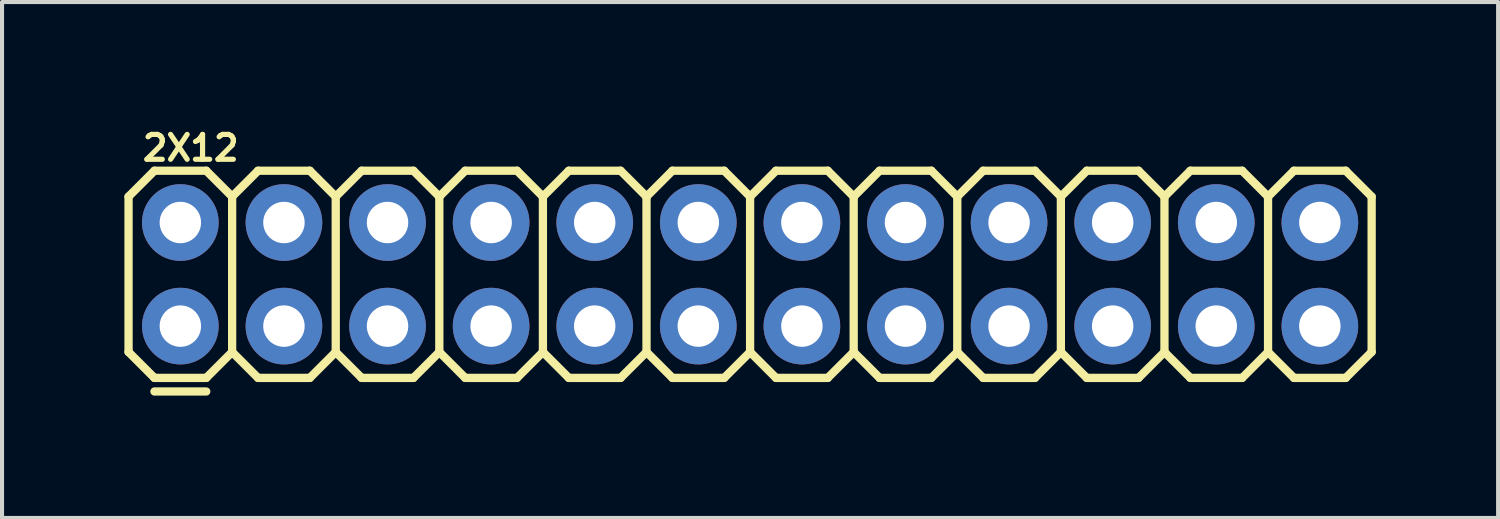
<source format=kicad_pcb>
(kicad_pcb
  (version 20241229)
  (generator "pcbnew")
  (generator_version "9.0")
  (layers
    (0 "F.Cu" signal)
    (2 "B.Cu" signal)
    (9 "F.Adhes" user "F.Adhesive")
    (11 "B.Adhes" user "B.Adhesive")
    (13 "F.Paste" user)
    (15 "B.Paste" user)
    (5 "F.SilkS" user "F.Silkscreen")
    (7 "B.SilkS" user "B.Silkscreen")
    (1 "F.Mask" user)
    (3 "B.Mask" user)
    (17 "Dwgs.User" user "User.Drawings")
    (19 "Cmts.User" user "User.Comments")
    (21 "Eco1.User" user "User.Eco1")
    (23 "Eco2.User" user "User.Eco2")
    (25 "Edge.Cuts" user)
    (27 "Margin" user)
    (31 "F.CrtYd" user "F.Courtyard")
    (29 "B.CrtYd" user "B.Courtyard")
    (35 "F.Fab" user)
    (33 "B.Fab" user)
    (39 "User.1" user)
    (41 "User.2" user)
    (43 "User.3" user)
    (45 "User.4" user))
  (footprint "2X12"
    (layer "F.Cu")
    (at 1.372 4.946)
    (property "Reference" "2X12" (at 0.254 -4.366 0) (layer "F.SilkS") (effects (font (size 0.61 0.61) (thickness 0.127))))
    (attr exclude_from_pos_files exclude_from_bom)
    (fp_line (start -1.27 -3.175) (end -0.635 -3.81) (stroke (width 0.203) (type solid)) (layer "F.SilkS"))
    (fp_line (start -1.27 0.635) (end -1.27 -3.175) (stroke (width 0.203) (type solid)) (layer "F.SilkS"))
    (fp_line (start -1.27 0.635) (end -0.635 1.27) (stroke (width 0.203) (type solid)) (layer "F.SilkS"))
    (fp_line (start -0.635 -3.81) (end 0.635 -3.81) (stroke (width 0.203) (type solid)) (layer "F.SilkS"))
    (fp_line (start -0.635 1.27) (end 0.635 1.27) (stroke (width 0.203) (type solid)) (layer "F.SilkS"))
    (fp_line (start 0.635 -3.81) (end 1.27 -3.175) (stroke (width 0.203) (type solid)) (layer "F.SilkS"))
    (fp_line (start 0.635 1.27) (end 1.27 0.635) (stroke (width 0.203) (type solid)) (layer "F.SilkS"))
    (fp_line (start 0.635 1.603) (end -0.635 1.603) (stroke (width 0.203) (type solid)) (layer "F.SilkS"))
    (fp_line (start 1.27 -3.175) (end 1.27 0.635) (stroke (width 0.203) (type solid)) (layer "F.SilkS"))
    (fp_line (start 1.27 -3.175) (end 1.905 -3.81) (stroke (width 0.203) (type solid)) (layer "F.SilkS"))
    (fp_line (start 1.27 0.635) (end 1.905 1.27) (stroke (width 0.203) (type solid)) (layer "F.SilkS"))
    (fp_line (start 1.905 -3.81) (end 3.175 -3.81) (stroke (width 0.203) (type solid)) (layer "F.SilkS"))
    (fp_line (start 1.905 1.27) (end 3.175 1.27) (stroke (width 0.203) (type solid)) (layer "F.SilkS"))
    (fp_line (start 3.175 -3.81) (end 3.81 -3.175) (stroke (width 0.203) (type solid)) (layer "F.SilkS"))
    (fp_line (start 3.175 1.27) (end 3.81 0.635) (stroke (width 0.203) (type solid)) (layer "F.SilkS"))
    (fp_line (start 3.81 -3.175) (end 3.81 0.635) (stroke (width 0.203) (type solid)) (layer "F.SilkS"))
    (fp_line (start 3.81 -3.175) (end 4.445 -3.81) (stroke (width 0.203) (type solid)) (layer "F.SilkS"))
    (fp_line (start 3.81 0.635) (end 4.445 1.27) (stroke (width 0.203) (type solid)) (layer "F.SilkS"))
    (fp_line (start 4.445 -3.81) (end 5.715 -3.81) (stroke (width 0.203) (type solid)) (layer "F.SilkS"))
    (fp_line (start 4.445 1.27) (end 5.715 1.27) (stroke (width 0.203) (type solid)) (layer "F.SilkS"))
    (fp_line (start 5.715 -3.81) (end 6.35 -3.175) (stroke (width 0.203) (type solid)) (layer "F.SilkS"))
    (fp_line (start 5.715 1.27) (end 6.35 0.635) (stroke (width 0.203) (type solid)) (layer "F.SilkS"))
    (fp_line (start 6.35 -3.175) (end 6.985 -3.81) (stroke (width 0.203) (type solid)) (layer "F.SilkS"))
    (fp_line (start 6.35 0.635) (end 6.35 -3.175) (stroke (width 0.203) (type solid)) (layer "F.SilkS"))
    (fp_line (start 6.35 0.635) (end 6.985 1.27) (stroke (width 0.203) (type solid)) (layer "F.SilkS"))
    (fp_line (start 6.985 -3.81) (end 8.255 -3.81) (stroke (width 0.203) (type solid)) (layer "F.SilkS"))
    (fp_line (start 6.985 1.27) (end 8.255 1.27) (stroke (width 0.203) (type solid)) (layer "F.SilkS"))
    (fp_line (start 8.255 -3.81) (end 8.89 -3.175) (stroke (width 0.203) (type solid)) (layer "F.SilkS"))
    (fp_line (start 8.255 1.27) (end 8.89 0.635) (stroke (width 0.203) (type solid)) (layer "F.SilkS"))
    (fp_line (start 8.89 -3.175) (end 8.89 0.635) (stroke (width 0.203) (type solid)) (layer "F.SilkS"))
    (fp_line (start 8.89 -3.175) (end 9.525 -3.81) (stroke (width 0.203) (type solid)) (layer "F.SilkS"))
    (fp_line (start 8.89 0.635) (end 9.525 1.27) (stroke (width 0.203) (type solid)) (layer "F.SilkS"))
    (fp_line (start 9.525 -3.81) (end 10.795 -3.81) (stroke (width 0.203) (type solid)) (layer "F.SilkS"))
    (fp_line (start 9.525 1.27) (end 10.795 1.27) (stroke (width 0.203) (type solid)) (layer "F.SilkS"))
    (fp_line (start 10.795 -3.81) (end 11.43 -3.175) (stroke (width 0.203) (type solid)) (layer "F.SilkS"))
    (fp_line (start 10.795 1.27) (end 11.43 0.635) (stroke (width 0.203) (type solid)) (layer "F.SilkS"))
    (fp_line (start 11.43 -3.175) (end 11.43 0.635) (stroke (width 0.203) (type solid)) (layer "F.SilkS"))
    (fp_line (start 11.43 -3.175) (end 12.065 -3.81) (stroke (width 0.203) (type solid)) (layer "F.SilkS"))
    (fp_line (start 11.43 0.635) (end 12.065 1.27) (stroke (width 0.203) (type solid)) (layer "F.SilkS"))
    (fp_line (start 12.065 -3.81) (end 13.335 -3.81) (stroke (width 0.203) (type solid)) (layer "F.SilkS"))
    (fp_line (start 12.065 1.27) (end 13.335 1.27) (stroke (width 0.203) (type solid)) (layer "F.SilkS"))
    (fp_line (start 13.335 -3.81) (end 13.97 -3.175) (stroke (width 0.203) (type solid)) (layer "F.SilkS"))
    (fp_line (start 13.335 1.27) (end 13.97 0.635) (stroke (width 0.203) (type solid)) (layer "F.SilkS"))
    (fp_line (start 13.97 -3.175) (end 14.605 -3.81) (stroke (width 0.203) (type solid)) (layer "F.SilkS"))
    (fp_line (start 13.97 0.635) (end 13.97 -3.175) (stroke (width 0.203) (type solid)) (layer "F.SilkS"))
    (fp_line (start 13.97 0.635) (end 14.605 1.27) (stroke (width 0.203) (type solid)) (layer "F.SilkS"))
    (fp_line (start 14.605 -3.81) (end 15.875 -3.81) (stroke (width 0.203) (type solid)) (layer "F.SilkS"))
    (fp_line (start 14.605 1.27) (end 15.875 1.27) (stroke (width 0.203) (type solid)) (layer "F.SilkS"))
    (fp_line (start 15.875 -3.81) (end 16.51 -3.175) (stroke (width 0.203) (type solid)) (layer "F.SilkS"))
    (fp_line (start 15.875 1.27) (end 16.51 0.635) (stroke (width 0.203) (type solid)) (layer "F.SilkS"))
    (fp_line (start 16.51 -3.175) (end 16.51 0.635) (stroke (width 0.203) (type solid)) (layer "F.SilkS"))
    (fp_line (start 16.51 -3.175) (end 17.145 -3.81) (stroke (width 0.203) (type solid)) (layer "F.SilkS"))
    (fp_line (start 16.51 0.635) (end 17.145 1.27) (stroke (width 0.203) (type solid)) (layer "F.SilkS"))
    (fp_line (start 17.145 -3.81) (end 18.415 -3.81) (stroke (width 0.203) (type solid)) (layer "F.SilkS"))
    (fp_line (start 17.145 1.27) (end 18.415 1.27) (stroke (width 0.203) (type solid)) (layer "F.SilkS"))
    (fp_line (start 18.415 -3.81) (end 19.05 -3.175) (stroke (width 0.203) (type solid)) (layer "F.SilkS"))
    (fp_line (start 18.415 1.27) (end 19.05 0.635) (stroke (width 0.203) (type solid)) (layer "F.SilkS"))
    (fp_line (start 19.05 -3.175) (end 19.05 0.635) (stroke (width 0.203) (type solid)) (layer "F.SilkS"))
    (fp_line (start 19.05 -3.175) (end 19.685 -3.81) (stroke (width 0.203) (type solid)) (layer "F.SilkS"))
    (fp_line (start 19.05 0.635) (end 19.685 1.27) (stroke (width 0.203) (type solid)) (layer "F.SilkS"))
    (fp_line (start 19.685 -3.81) (end 20.955 -3.81) (stroke (width 0.203) (type solid)) (layer "F.SilkS"))
    (fp_line (start 19.685 1.27) (end 20.955 1.27) (stroke (width 0.203) (type solid)) (layer "F.SilkS"))
    (fp_line (start 20.955 -3.81) (end 21.59 -3.175) (stroke (width 0.203) (type solid)) (layer "F.SilkS"))
    (fp_line (start 20.955 1.27) (end 21.59 0.635) (stroke (width 0.203) (type solid)) (layer "F.SilkS"))
    (fp_line (start 21.59 -3.175) (end 22.225 -3.81) (stroke (width 0.203) (type solid)) (layer "F.SilkS"))
    (fp_line (start 21.59 0.635) (end 21.59 -3.175) (stroke (width 0.203) (type solid)) (layer "F.SilkS"))
    (fp_line (start 21.59 0.635) (end 22.225 1.27) (stroke (width 0.203) (type solid)) (layer "F.SilkS"))
    (fp_line (start 22.225 -3.81) (end 23.495 -3.81) (stroke (width 0.203) (type solid)) (layer "F.SilkS"))
    (fp_line (start 22.225 1.27) (end 23.495 1.27) (stroke (width 0.203) (type solid)) (layer "F.SilkS"))
    (fp_line (start 23.495 -3.81) (end 24.13 -3.175) (stroke (width 0.203) (type solid)) (layer "F.SilkS"))
    (fp_line (start 23.495 1.27) (end 24.13 0.635) (stroke (width 0.203) (type solid)) (layer "F.SilkS"))
    (fp_line (start 24.13 -3.175) (end 24.13 0.635) (stroke (width 0.203) (type solid)) (layer "F.SilkS"))
    (fp_line (start 24.13 -3.175) (end 24.765 -3.81) (stroke (width 0.203) (type solid)) (layer "F.SilkS"))
    (fp_line (start 24.13 0.635) (end 24.765 1.27) (stroke (width 0.203) (type solid)) (layer "F.SilkS"))
    (fp_line (start 24.765 -3.81) (end 26.035 -3.81) (stroke (width 0.203) (type solid)) (layer "F.SilkS"))
    (fp_line (start 24.765 1.27) (end 26.035 1.27) (stroke (width 0.203) (type solid)) (layer "F.SilkS"))
    (fp_line (start 26.035 -3.81) (end 26.67 -3.175) (stroke (width 0.203) (type solid)) (layer "F.SilkS"))
    (fp_line (start 26.035 1.27) (end 26.67 0.635) (stroke (width 0.203) (type solid)) (layer "F.SilkS"))
    (fp_line (start 26.67 -3.175) (end 26.67 0.635) (stroke (width 0.203) (type solid)) (layer "F.SilkS"))
    (fp_line (start 26.67 -3.175) (end 27.305 -3.81) (stroke (width 0.203) (type solid)) (layer "F.SilkS"))
    (fp_line (start 26.67 0.635) (end 27.305 1.27) (stroke (width 0.203) (type solid)) (layer "F.SilkS"))
    (fp_line (start 27.305 -3.81) (end 28.575 -3.81) (stroke (width 0.203) (type solid)) (layer "F.SilkS"))
    (fp_line (start 27.305 1.27) (end 28.575 1.27) (stroke (width 0.203) (type solid)) (layer "F.SilkS"))
    (fp_line (start 28.575 -3.81) (end 29.21 -3.175) (stroke (width 0.203) (type solid)) (layer "F.SilkS"))
    (fp_line (start 28.575 1.27) (end 29.21 0.635) (stroke (width 0.203) (type solid)) (layer "F.SilkS"))
    (fp_line (start 29.21 -3.175) (end 29.21 0.635) (stroke (width 0.203) (type solid)) (layer "F.SilkS"))
    (fp_line (start -0.254 -2.794) (end 0.254 -2.794) (stroke (width 0.066) (type solid)) (layer "Dwgs.User"))
    (fp_line (start -0.254 -2.286) (end -0.254 -2.794) (stroke (width 0.066) (type solid)) (layer "Dwgs.User"))
    (fp_line (start -0.254 -2.286) (end 0.254 -2.286) (stroke (width 0.066) (type solid)) (layer "Dwgs.User"))
    (fp_line (start -0.254 -0.254) (end 0.254 -0.254) (stroke (width 0.066) (type solid)) (layer "Dwgs.User"))
    (fp_line (start -0.254 0.254) (end -0.254 -0.254) (stroke (width 0.066) (type solid)) (layer "Dwgs.User"))
    (fp_line (start -0.254 0.254) (end 0.254 0.254) (stroke (width 0.066) (type solid)) (layer "Dwgs.User"))
    (fp_line (start 0.254 -2.286) (end 0.254 -2.794) (stroke (width 0.066) (type solid)) (layer "Dwgs.User"))
    (fp_line (start 0.254 0.254) (end 0.254 -0.254) (stroke (width 0.066) (type solid)) (layer "Dwgs.User"))
    (fp_line (start 2.286 -2.794) (end 2.794 -2.794) (stroke (width 0.066) (type solid)) (layer "Dwgs.User"))
    (fp_line (start 2.286 -2.286) (end 2.286 -2.794) (stroke (width 0.066) (type solid)) (layer "Dwgs.User"))
    (fp_line (start 2.286 -2.286) (end 2.794 -2.286) (stroke (width 0.066) (type solid)) (layer "Dwgs.User"))
    (fp_line (start 2.286 -0.254) (end 2.794 -0.254) (stroke (width 0.066) (type solid)) (layer "Dwgs.User"))
    (fp_line (start 2.286 0.254) (end 2.286 -0.254) (stroke (width 0.066) (type solid)) (layer "Dwgs.User"))
    (fp_line (start 2.286 0.254) (end 2.794 0.254) (stroke (width 0.066) (type solid)) (layer "Dwgs.User"))
    (fp_line (start 2.794 -2.286) (end 2.794 -2.794) (stroke (width 0.066) (type solid)) (layer "Dwgs.User"))
    (fp_line (start 2.794 0.254) (end 2.794 -0.254) (stroke (width 0.066) (type solid)) (layer "Dwgs.User"))
    (fp_line (start 4.826 -2.794) (end 5.334 -2.794) (stroke (width 0.066) (type solid)) (layer "Dwgs.User"))
    (fp_line (start 4.826 -2.286) (end 4.826 -2.794) (stroke (width 0.066) (type solid)) (layer "Dwgs.User"))
    (fp_line (start 4.826 -2.286) (end 5.334 -2.286) (stroke (width 0.066) (type solid)) (layer "Dwgs.User"))
    (fp_line (start 4.826 -0.254) (end 5.334 -0.254) (stroke (width 0.066) (type solid)) (layer "Dwgs.User"))
    (fp_line (start 4.826 0.254) (end 4.826 -0.254) (stroke (width 0.066) (type solid)) (layer "Dwgs.User"))
    (fp_line (start 4.826 0.254) (end 5.334 0.254) (stroke (width 0.066) (type solid)) (layer "Dwgs.User"))
    (fp_line (start 5.334 -2.286) (end 5.334 -2.794) (stroke (width 0.066) (type solid)) (layer "Dwgs.User"))
    (fp_line (start 5.334 0.254) (end 5.334 -0.254) (stroke (width 0.066) (type solid)) (layer "Dwgs.User"))
    (fp_line (start 7.366 -2.794) (end 7.874 -2.794) (stroke (width 0.066) (type solid)) (layer "Dwgs.User"))
    (fp_line (start 7.366 -2.286) (end 7.366 -2.794) (stroke (width 0.066) (type solid)) (layer "Dwgs.User"))
    (fp_line (start 7.366 -2.286) (end 7.874 -2.286) (stroke (width 0.066) (type solid)) (layer "Dwgs.User"))
    (fp_line (start 7.366 -0.254) (end 7.874 -0.254) (stroke (width 0.066) (type solid)) (layer "Dwgs.User"))
    (fp_line (start 7.366 0.254) (end 7.366 -0.254) (stroke (width 0.066) (type solid)) (layer "Dwgs.User"))
    (fp_line (start 7.366 0.254) (end 7.874 0.254) (stroke (width 0.066) (type solid)) (layer "Dwgs.User"))
    (fp_line (start 7.874 -2.286) (end 7.874 -2.794) (stroke (width 0.066) (type solid)) (layer "Dwgs.User"))
    (fp_line (start 7.874 0.254) (end 7.874 -0.254) (stroke (width 0.066) (type solid)) (layer "Dwgs.User"))
    (fp_line (start 9.906 -2.794) (end 10.414 -2.794) (stroke (width 0.066) (type solid)) (layer "Dwgs.User"))
    (fp_line (start 9.906 -2.286) (end 9.906 -2.794) (stroke (width 0.066) (type solid)) (layer "Dwgs.User"))
    (fp_line (start 9.906 -2.286) (end 10.414 -2.286) (stroke (width 0.066) (type solid)) (layer "Dwgs.User"))
    (fp_line (start 9.906 -0.254) (end 10.414 -0.254) (stroke (width 0.066) (type solid)) (layer "Dwgs.User"))
    (fp_line (start 9.906 0.254) (end 9.906 -0.254) (stroke (width 0.066) (type solid)) (layer "Dwgs.User"))
    (fp_line (start 9.906 0.254) (end 10.414 0.254) (stroke (width 0.066) (type solid)) (layer "Dwgs.User"))
    (fp_line (start 10.414 -2.286) (end 10.414 -2.794) (stroke (width 0.066) (type solid)) (layer "Dwgs.User"))
    (fp_line (start 10.414 0.254) (end 10.414 -0.254) (stroke (width 0.066) (type solid)) (layer "Dwgs.User"))
    (fp_line (start 12.446 -2.794) (end 12.954 -2.794) (stroke (width 0.066) (type solid)) (layer "Dwgs.User"))
    (fp_line (start 12.446 -2.286) (end 12.446 -2.794) (stroke (width 0.066) (type solid)) (layer "Dwgs.User"))
    (fp_line (start 12.446 -2.286) (end 12.954 -2.286) (stroke (width 0.066) (type solid)) (layer "Dwgs.User"))
    (fp_line (start 12.446 -0.254) (end 12.954 -0.254) (stroke (width 0.066) (type solid)) (layer "Dwgs.User"))
    (fp_line (start 12.446 0.254) (end 12.446 -0.254) (stroke (width 0.066) (type solid)) (layer "Dwgs.User"))
    (fp_line (start 12.446 0.254) (end 12.954 0.254) (stroke (width 0.066) (type solid)) (layer "Dwgs.User"))
    (fp_line (start 12.954 -2.286) (end 12.954 -2.794) (stroke (width 0.066) (type solid)) (layer "Dwgs.User"))
    (fp_line (start 12.954 0.254) (end 12.954 -0.254) (stroke (width 0.066) (type solid)) (layer "Dwgs.User"))
    (fp_line (start 14.986 -2.794) (end 15.494 -2.794) (stroke (width 0.066) (type solid)) (layer "Dwgs.User"))
    (fp_line (start 14.986 -2.286) (end 14.986 -2.794) (stroke (width 0.066) (type solid)) (layer "Dwgs.User"))
    (fp_line (start 14.986 -2.286) (end 15.494 -2.286) (stroke (width 0.066) (type solid)) (layer "Dwgs.User"))
    (fp_line (start 14.986 -0.254) (end 15.494 -0.254) (stroke (width 0.066) (type solid)) (layer "Dwgs.User"))
    (fp_line (start 14.986 0.254) (end 14.986 -0.254) (stroke (width 0.066) (type solid)) (layer "Dwgs.User"))
    (fp_line (start 14.986 0.254) (end 15.494 0.254) (stroke (width 0.066) (type solid)) (layer "Dwgs.User"))
    (fp_line (start 15.494 -2.286) (end 15.494 -2.794) (stroke (width 0.066) (type solid)) (layer "Dwgs.User"))
    (fp_line (start 15.494 0.254) (end 15.494 -0.254) (stroke (width 0.066) (type solid)) (layer "Dwgs.User"))
    (fp_line (start 17.523 -2.794) (end 18.034 -2.794) (stroke (width 0.066) (type solid)) (layer "Dwgs.User"))
    (fp_line (start 17.523 -2.286) (end 17.523 -2.794) (stroke (width 0.066) (type solid)) (layer "Dwgs.User"))
    (fp_line (start 17.523 -2.286) (end 18.034 -2.286) (stroke (width 0.066) (type solid)) (layer "Dwgs.User"))
    (fp_line (start 17.523 -0.254) (end 18.034 -0.254) (stroke (width 0.066) (type solid)) (layer "Dwgs.User"))
    (fp_line (start 17.523 0.254) (end 17.523 -0.254) (stroke (width 0.066) (type solid)) (layer "Dwgs.User"))
    (fp_line (start 17.523 0.254) (end 18.034 0.254) (stroke (width 0.066) (type solid)) (layer "Dwgs.User"))
    (fp_line (start 18.034 -2.286) (end 18.034 -2.794) (stroke (width 0.066) (type solid)) (layer "Dwgs.User"))
    (fp_line (start 18.034 0.254) (end 18.034 -0.254) (stroke (width 0.066) (type solid)) (layer "Dwgs.User"))
    (fp_line (start 20.066 -2.794) (end 20.574 -2.794) (stroke (width 0.066) (type solid)) (layer "Dwgs.User"))
    (fp_line (start 20.066 -2.286) (end 20.066 -2.794) (stroke (width 0.066) (type solid)) (layer "Dwgs.User"))
    (fp_line (start 20.066 -2.286) (end 20.574 -2.286) (stroke (width 0.066) (type solid)) (layer "Dwgs.User"))
    (fp_line (start 20.066 -0.254) (end 20.574 -0.254) (stroke (width 0.066) (type solid)) (layer "Dwgs.User"))
    (fp_line (start 20.066 0.254) (end 20.066 -0.254) (stroke (width 0.066) (type solid)) (layer "Dwgs.User"))
    (fp_line (start 20.066 0.254) (end 20.574 0.254) (stroke (width 0.066) (type solid)) (layer "Dwgs.User"))
    (fp_line (start 20.574 -2.286) (end 20.574 -2.794) (stroke (width 0.066) (type solid)) (layer "Dwgs.User"))
    (fp_line (start 20.574 0.254) (end 20.574 -0.254) (stroke (width 0.066) (type solid)) (layer "Dwgs.User"))
    (fp_line (start 22.606 -2.794) (end 23.114 -2.794) (stroke (width 0.066) (type solid)) (layer "Dwgs.User"))
    (fp_line (start 22.606 -2.286) (end 22.606 -2.794) (stroke (width 0.066) (type solid)) (layer "Dwgs.User"))
    (fp_line (start 22.606 -2.286) (end 23.114 -2.286) (stroke (width 0.066) (type solid)) (layer "Dwgs.User"))
    (fp_line (start 22.606 -0.254) (end 23.114 -0.254) (stroke (width 0.066) (type solid)) (layer "Dwgs.User"))
    (fp_line (start 22.606 0.254) (end 22.606 -0.254) (stroke (width 0.066) (type solid)) (layer "Dwgs.User"))
    (fp_line (start 22.606 0.254) (end 23.114 0.254) (stroke (width 0.066) (type solid)) (layer "Dwgs.User"))
    (fp_line (start 23.114 -2.286) (end 23.114 -2.794) (stroke (width 0.066) (type solid)) (layer "Dwgs.User"))
    (fp_line (start 23.114 0.254) (end 23.114 -0.254) (stroke (width 0.066) (type solid)) (layer "Dwgs.User"))
    (fp_line (start 25.146 -2.794) (end 25.654 -2.794) (stroke (width 0.066) (type solid)) (layer "Dwgs.User"))
    (fp_line (start 25.146 -2.286) (end 25.146 -2.794) (stroke (width 0.066) (type solid)) (layer "Dwgs.User"))
    (fp_line (start 25.146 -2.286) (end 25.654 -2.286) (stroke (width 0.066) (type solid)) (layer "Dwgs.User"))
    (fp_line (start 25.146 -0.254) (end 25.654 -0.254) (stroke (width 0.066) (type solid)) (layer "Dwgs.User"))
    (fp_line (start 25.146 0.254) (end 25.146 -0.254) (stroke (width 0.066) (type solid)) (layer "Dwgs.User"))
    (fp_line (start 25.146 0.254) (end 25.654 0.254) (stroke (width 0.066) (type solid)) (layer "Dwgs.User"))
    (fp_line (start 25.654 -2.286) (end 25.654 -2.794) (stroke (width 0.066) (type solid)) (layer "Dwgs.User"))
    (fp_line (start 25.654 0.254) (end 25.654 -0.254) (stroke (width 0.066) (type solid)) (layer "Dwgs.User"))
    (fp_line (start 27.686 -2.794) (end 28.194 -2.794) (stroke (width 0.066) (type solid)) (layer "Dwgs.User"))
    (fp_line (start 27.686 -2.286) (end 27.686 -2.794) (stroke (width 0.066) (type solid)) (layer "Dwgs.User"))
    (fp_line (start 27.686 -2.286) (end 28.194 -2.286) (stroke (width 0.066) (type solid)) (layer "Dwgs.User"))
    (fp_line (start 27.686 -0.254) (end 28.194 -0.254) (stroke (width 0.066) (type solid)) (layer "Dwgs.User"))
    (fp_line (start 27.686 0.254) (end 27.686 -0.254) (stroke (width 0.066) (type solid)) (layer "Dwgs.User"))
    (fp_line (start 27.686 0.254) (end 28.194 0.254) (stroke (width 0.066) (type solid)) (layer "Dwgs.User"))
    (fp_line (start 28.194 -2.286) (end 28.194 -2.794) (stroke (width 0.066) (type solid)) (layer "Dwgs.User"))
    (fp_line (start 28.194 0.254) (end 28.194 -0.254) (stroke (width 0.066) (type solid)) (layer "Dwgs.User"))
    (pad "1" thru_hole circle (at 0 0) (size 1.88 1.88) (drill 1.016) (layers "*.Cu" "*.Paste" "*.Mask"))
    (pad "2" thru_hole circle (at 0 -2.54) (size 1.88 1.88) (drill 1.016) (layers "*.Cu" "*.Paste" "*.Mask"))
    (pad "3" thru_hole circle (at 2.54 0) (size 1.88 1.88) (drill 1.016) (layers "*.Cu" "*.Paste" "*.Mask"))
    (pad "4" thru_hole circle (at 2.54 -2.54) (size 1.88 1.88) (drill 1.016) (layers "*.Cu" "*.Paste" "*.Mask"))
    (pad "5" thru_hole circle (at 5.08 0) (size 1.88 1.88) (drill 1.016) (layers "*.Cu" "*.Paste" "*.Mask"))
    (pad "6" thru_hole circle (at 5.08 -2.54) (size 1.88 1.88) (drill 1.016) (layers "*.Cu" "*.Paste" "*.Mask"))
    (pad "7" thru_hole circle (at 7.62 0) (size 1.88 1.88) (drill 1.016) (layers "*.Cu" "*.Paste" "*.Mask"))
    (pad "8" thru_hole circle (at 7.62 -2.54) (size 1.88 1.88) (drill 1.016) (layers "*.Cu" "*.Paste" "*.Mask"))
    (pad "9" thru_hole circle (at 10.16 0) (size 1.88 1.88) (drill 1.016) (layers "*.Cu" "*.Paste" "*.Mask"))
    (pad "10" thru_hole circle (at 10.16 -2.54) (size 1.88 1.88) (drill 1.016) (layers "*.Cu" "*.Paste" "*.Mask"))
    (pad "11" thru_hole circle (at 12.7 0) (size 1.88 1.88) (drill 1.016) (layers "*.Cu" "*.Paste" "*.Mask"))
    (pad "12" thru_hole circle (at 12.7 -2.54) (size 1.88 1.88) (drill 1.016) (layers "*.Cu" "*.Paste" "*.Mask"))
    (pad "13" thru_hole circle (at 15.24 0) (size 1.88 1.88) (drill 1.016) (layers "*.Cu" "*.Paste" "*.Mask"))
    (pad "14" thru_hole circle (at 15.24 -2.54) (size 1.88 1.88) (drill 1.016) (layers "*.Cu" "*.Paste" "*.Mask"))
    (pad "15" thru_hole circle (at 17.78 0) (size 1.88 1.88) (drill 1.016) (layers "*.Cu" "*.Paste" "*.Mask"))
    (pad "16" thru_hole circle (at 17.78 -2.54) (size 1.88 1.88) (drill 1.016) (layers "*.Cu" "*.Paste" "*.Mask"))
    (pad "17" thru_hole circle (at 20.32 0) (size 1.88 1.88) (drill 1.016) (layers "*.Cu" "*.Paste" "*.Mask"))
    (pad "18" thru_hole circle (at 20.32 -2.54) (size 1.88 1.88) (drill 1.016) (layers "*.Cu" "*.Paste" "*.Mask"))
    (pad "19" thru_hole circle (at 22.86 0) (size 1.88 1.88) (drill 1.016) (layers "*.Cu" "*.Paste" "*.Mask"))
    (pad "20" thru_hole circle (at 22.86 -2.54) (size 1.88 1.88) (drill 1.016) (layers "*.Cu" "*.Paste" "*.Mask"))
    (pad "21" thru_hole circle (at 25.4 0) (size 1.88 1.88) (drill 1.016) (layers "*.Cu" "*.Paste" "*.Mask"))
    (pad "22" thru_hole circle (at 25.4 -2.54) (size 1.88 1.88) (drill 1.016) (layers "*.Cu" "*.Paste" "*.Mask"))
    (pad "23" thru_hole circle (at 27.94 0) (size 1.88 1.88) (drill 1.016) (layers "*.Cu" "*.Paste" "*.Mask"))
    (pad "24" thru_hole circle (at 27.94 -2.54) (size 1.88 1.88) (drill 1.016) (layers "*.Cu" "*.Paste" "*.Mask")))
  (gr_rect
    (start -3 -3)
    (end 33.683 9.65)
    (stroke (width 0.1) (type default))
    (fill no)
    (layer "Edge.Cuts")))
</source>
